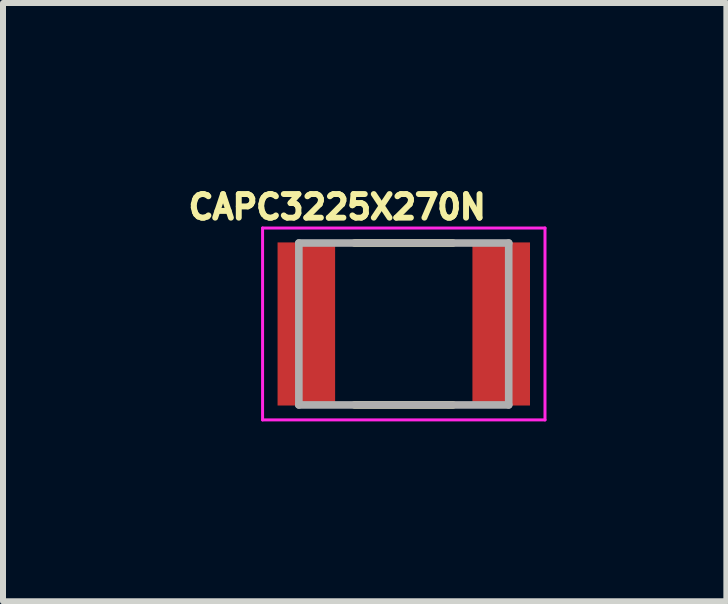
<source format=kicad_pcb>
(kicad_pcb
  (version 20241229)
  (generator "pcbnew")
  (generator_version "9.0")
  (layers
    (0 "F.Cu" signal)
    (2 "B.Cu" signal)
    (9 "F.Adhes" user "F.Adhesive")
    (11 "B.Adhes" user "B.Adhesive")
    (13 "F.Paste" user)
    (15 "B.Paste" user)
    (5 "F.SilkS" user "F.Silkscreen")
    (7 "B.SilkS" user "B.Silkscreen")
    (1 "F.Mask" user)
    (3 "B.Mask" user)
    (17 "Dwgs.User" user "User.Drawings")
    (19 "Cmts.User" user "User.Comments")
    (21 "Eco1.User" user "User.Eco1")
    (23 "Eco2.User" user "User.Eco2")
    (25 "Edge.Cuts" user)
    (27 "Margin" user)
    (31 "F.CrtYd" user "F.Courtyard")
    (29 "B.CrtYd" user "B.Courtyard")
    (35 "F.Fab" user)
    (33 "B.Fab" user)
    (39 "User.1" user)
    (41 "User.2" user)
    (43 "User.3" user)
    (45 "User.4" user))
  (footprint "CAPC3225X270N"
    (layer "F.Cu")
    (at 3.684 2.353)
    (property "Reference" "CAPC3225X270N" (at -1.11 -1.95 0) (layer "F.SilkS") (effects (font (size 0.394 0.394) (thickness 0.15))))
    (attr smd)
    (fp_line (start -0.82 -1.35) (end 0.82 -1.35) (stroke (width 0.127) (type solid)) (layer "F.SilkS"))
    (fp_line (start -0.82 1.35) (end 0.82 1.35) (stroke (width 0.127) (type solid)) (layer "F.SilkS"))
    (fp_line (start -2.355 -1.6) (end 2.355 -1.6) (stroke (width 0.05) (type solid)) (layer "F.CrtYd"))
    (fp_line (start -2.355 1.6) (end -2.355 -1.6) (stroke (width 0.05) (type solid)) (layer "F.CrtYd"))
    (fp_line (start -2.355 1.6) (end 2.355 1.6) (stroke (width 0.05) (type solid)) (layer "F.CrtYd"))
    (fp_line (start 2.355 1.6) (end 2.355 -1.6) (stroke (width 0.05) (type solid)) (layer "F.CrtYd"))
    (fp_line (start -1.75 1.35) (end -1.75 -1.35) (stroke (width 0.127) (type solid)) (layer "F.Fab"))
    (fp_line (start 1.75 -1.35) (end -1.75 -1.35) (stroke (width 0.127) (type solid)) (layer "F.Fab"))
    (fp_line (start 1.75 1.35) (end -1.75 1.35) (stroke (width 0.127) (type solid)) (layer "F.Fab"))
    (fp_line (start 1.75 1.35) (end 1.75 -1.35) (stroke (width 0.127) (type solid)) (layer "F.Fab"))
    (pad "1" smd rect (at -1.625 0) (size 0.96 2.72) (layers "F.Cu" "F.Mask" "F.Paste"))
    (pad "2" smd rect (at 1.625 0) (size 0.96 2.72) (layers "F.Cu" "F.Mask" "F.Paste")))
  (gr_rect
    (start -3 -3)
    (end 9.064 6.978)
    (stroke (width 0.1) (type default))
    (fill no)
    (layer "Edge.Cuts")))
</source>
